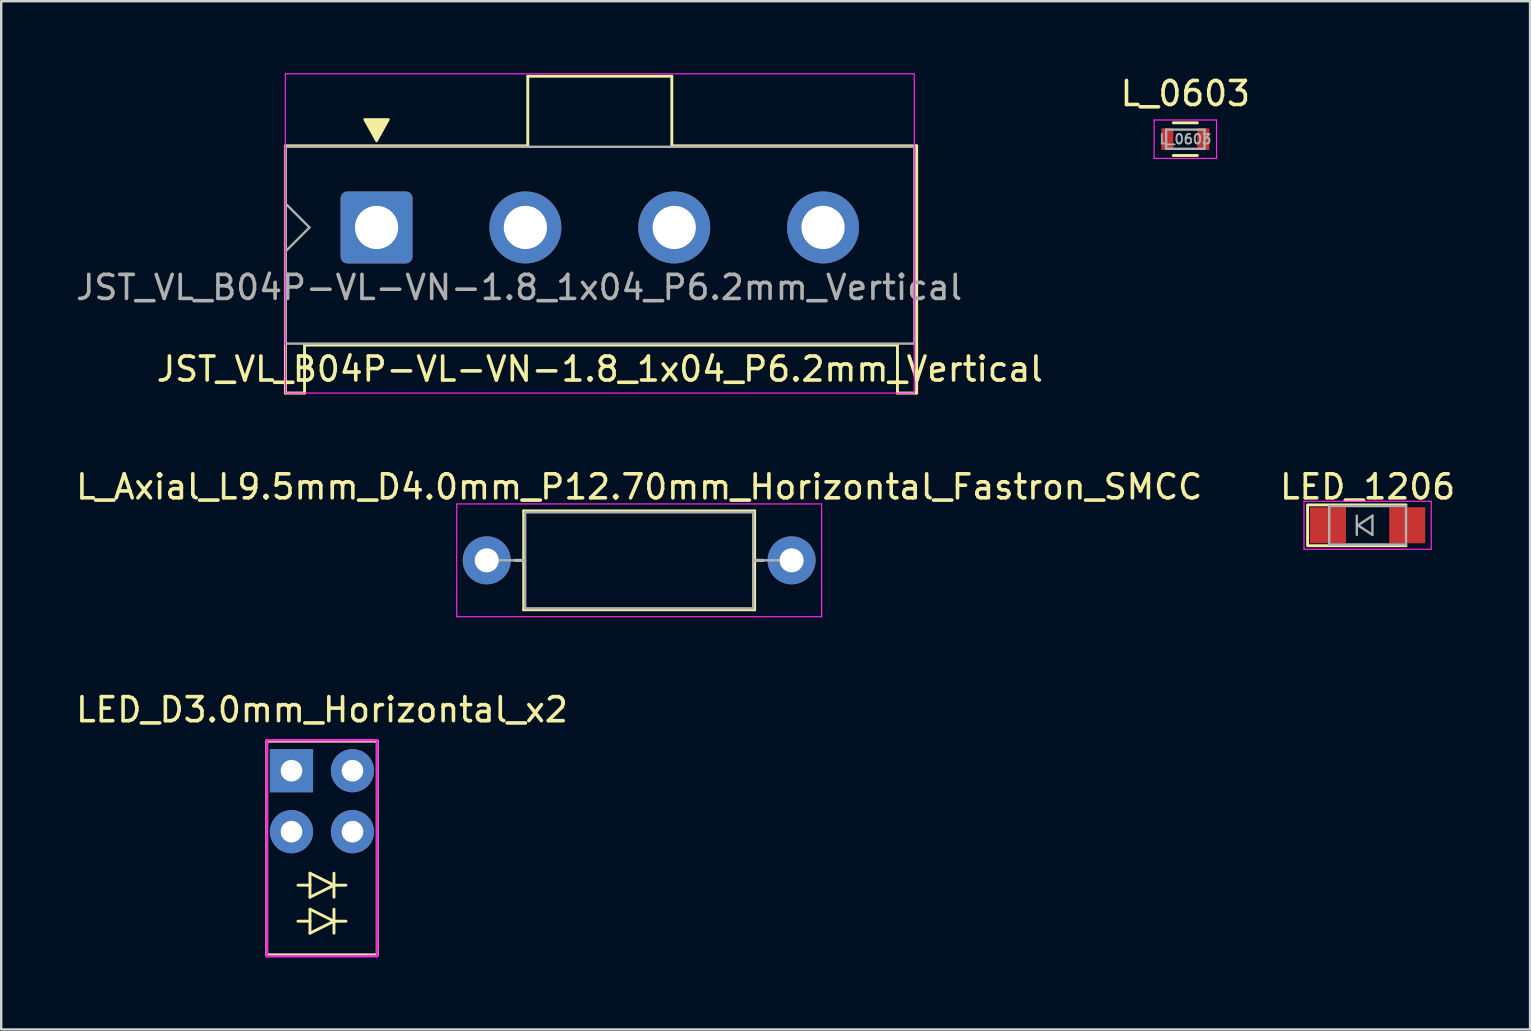
<source format=kicad_pcb>
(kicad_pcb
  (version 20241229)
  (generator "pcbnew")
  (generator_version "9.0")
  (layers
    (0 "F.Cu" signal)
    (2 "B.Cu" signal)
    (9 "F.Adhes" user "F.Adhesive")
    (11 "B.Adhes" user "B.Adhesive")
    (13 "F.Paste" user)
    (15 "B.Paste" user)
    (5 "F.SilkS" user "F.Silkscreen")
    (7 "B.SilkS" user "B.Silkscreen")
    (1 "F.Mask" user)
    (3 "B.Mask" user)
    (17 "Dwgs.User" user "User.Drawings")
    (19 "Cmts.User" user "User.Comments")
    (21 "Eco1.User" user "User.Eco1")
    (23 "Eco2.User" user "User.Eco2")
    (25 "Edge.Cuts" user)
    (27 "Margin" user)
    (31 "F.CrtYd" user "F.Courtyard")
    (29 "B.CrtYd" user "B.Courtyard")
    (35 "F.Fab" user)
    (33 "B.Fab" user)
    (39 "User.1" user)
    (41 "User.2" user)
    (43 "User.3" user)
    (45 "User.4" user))
  (footprint "L_0603"
    (layer "F.Cu")
    (at 46.33 2.748)
    (property "Reference" "L_0603" (at 0 -1.9 0) (layer "F.SilkS") (effects (font (size 1 1) (thickness 0.15))))
    (attr smd)
    (fp_line (start -0.5 -0.68) (end 0.5 -0.68) (stroke (width 0.12) (type solid)) (layer "F.SilkS"))
    (fp_line (start 0.5 0.68) (end -0.5 0.68) (stroke (width 0.12) (type solid)) (layer "F.SilkS"))
    (fp_line (start -1.3 -0.8) (end -1.3 0.8) (stroke (width 0.05) (type solid)) (layer "F.CrtYd"))
    (fp_line (start -1.3 -0.8) (end 1.3 -0.8) (stroke (width 0.05) (type solid)) (layer "F.CrtYd"))
    (fp_line (start -1.3 0.8) (end 1.3 0.8) (stroke (width 0.05) (type solid)) (layer "F.CrtYd"))
    (fp_line (start 1.3 -0.8) (end 1.3 0.8) (stroke (width 0.05) (type solid)) (layer "F.CrtYd"))
    (fp_line (start -0.8 -0.4) (end 0.8 -0.4) (stroke (width 0.1) (type solid)) (layer "F.Fab"))
    (fp_line (start -0.8 0.4) (end -0.8 -0.4) (stroke (width 0.1) (type solid)) (layer "F.Fab"))
    (fp_line (start 0.8 -0.4) (end 0.8 0.4) (stroke (width 0.1) (type solid)) (layer "F.Fab"))
    (fp_line (start 0.8 0.4) (end -0.8 0.4) (stroke (width 0.1) (type solid)) (layer "F.Fab"))
    (fp_text user "${REFERENCE}" (at 0 0 0) (layer "F.Fab") (effects (font (size 0.4 0.4) (thickness 0.075))))
    (pad "1" smd rect (at -0.75 0) (size 0.5 0.9) (layers "F.Cu" "F.Mask" "F.Paste"))
    (pad "2" smd rect (at 0.75 0) (size 0.5 0.9) (layers "F.Cu" "F.Mask" "F.Paste")))
  (footprint "JST_VL_B04P-VL-VN-1.8_1x04_P6.2mm_Vertical"
    (layer "F.Cu")
    (at 12.637 6.425)
    (property "Reference" "JST_VL_B04P-VL-VN-1.8_1x04_P6.2mm_Vertical" (at 9.3 5.9 0) (layer "F.SilkS") (effects (font (size 1 1) (thickness 0.15))))
    (attr through_hole)
    (fp_line (start -3.8 6.9) (end -3.8 -3.4) (stroke (width 0.12) (type solid)) (layer "F.SilkS"))
    (fp_line (start -3.8 6.9) (end -3 6.9) (stroke (width 0.12) (type solid)) (layer "F.SilkS"))
    (fp_line (start -3 6.9) (end -3 4.9) (stroke (width 0.12) (type solid)) (layer "F.SilkS"))
    (fp_line (start 6.3 -6.3) (end 6.3 -3.4) (stroke (width 0.12) (type solid)) (layer "F.SilkS"))
    (fp_line (start 6.3 -6.3) (end 12.3 -6.3) (stroke (width 0.12) (type solid)) (layer "F.SilkS"))
    (fp_line (start 6.3 -3.4) (end -3.8 -3.4) (stroke (width 0.12) (type solid)) (layer "F.SilkS"))
    (fp_line (start 12.3 -6.3) (end 12.3 -3.4) (stroke (width 0.12) (type solid)) (layer "F.SilkS"))
    (fp_line (start 12.3 -3.4) (end 22.5 -3.4) (stroke (width 0.12) (type solid)) (layer "F.SilkS"))
    (fp_line (start 21.7 4.9) (end -3 4.9) (stroke (width 0.12) (type solid)) (layer "F.SilkS"))
    (fp_line (start 21.7 4.9) (end 21.7 6.9) (stroke (width 0.12) (type solid)) (layer "F.SilkS"))
    (fp_line (start 21.7 6.9) (end 22.5 6.9) (stroke (width 0.12) (type solid)) (layer "F.SilkS"))
    (fp_line (start 22.5 -3.4) (end 22.5 6.9) (stroke (width 0.12) (type solid)) (layer "F.SilkS"))
    (fp_poly (pts (xy 0 -3.6) (xy -0.5 -4.5) (xy 0.5 -4.5)) (stroke (width 0.1) (type solid)) (fill yes) (layer "F.SilkS"))
    (fp_line (start -3.8 -6.4) (end -3.8 6.9) (stroke (width 0.05) (type solid)) (layer "F.CrtYd"))
    (fp_line (start -3.8 6.9) (end 22.4 6.9) (stroke (width 0.05) (type solid)) (layer "F.CrtYd"))
    (fp_line (start 22.4 -6.4) (end -3.8 -6.4) (stroke (width 0.05) (type solid)) (layer "F.CrtYd"))
    (fp_line (start 22.4 6.9) (end 22.4 -6.4) (stroke (width 0.05) (type solid)) (layer "F.CrtYd"))
    (fp_line (start -3.8 -3.36) (end 22.4 -3.36) (stroke (width 0.1) (type solid)) (layer "F.Fab"))
    (fp_line (start -3.8 4.84) (end -3.8 -3.36) (stroke (width 0.1) (type solid)) (layer "F.Fab"))
    (fp_line (start -3.795 -1) (end -2.795 0) (stroke (width 0.1) (type solid)) (layer "F.Fab"))
    (fp_line (start -3.795 1) (end -2.795 0) (stroke (width 0.1) (type solid)) (layer "F.Fab"))
    (fp_line (start 22.4 -3.36) (end 22.4 4.84) (stroke (width 0.1) (type solid)) (layer "F.Fab"))
    (fp_line (start 22.4 4.84) (end -3.8 4.84) (stroke (width 0.1) (type solid)) (layer "F.Fab"))
    (fp_text user "${REFERENCE}" (at 5.94 2.5 0) (layer "F.Fab") (effects (font (size 1 1) (thickness 0.15))))
    (pad "1" thru_hole roundrect (at 0 0) (size 3 3) (drill 1.8) (layers "*.Cu" "*.Mask") (roundrect_rratio 0.093))
    (pad "2" thru_hole circle (at 6.2 0) (size 3 3) (drill 1.8) (layers "*.Cu" "*.Mask"))
    (pad "3" thru_hole circle (at 12.4 0) (size 3 3) (drill 1.8) (layers "*.Cu" "*.Mask"))
    (pad "4" thru_hole circle (at 18.6 0) (size 3 3) (drill 1.8) (layers "*.Cu" "*.Mask")))
  (footprint "L_Axial_L9.5mm_D4.0mm_P12.70mm_Horizontal_Fastron_SMCC"
    (layer "F.Cu")
    (at 17.227 20.293)
    (property "Reference" "L_Axial_L9.5mm_D4.0mm_P12.70mm_Horizontal_Fastron_SMCC" (at 6.35 -3.06 0) (layer "F.SilkS") (effects (font (size 1 1) (thickness 0.15))))
    (attr through_hole)
    (fp_line (start 1.18 0) (end 1.54 0) (stroke (width 0.12) (type solid)) (layer "F.SilkS"))
    (fp_line (start 1.54 -2.06) (end 1.54 2.06) (stroke (width 0.12) (type solid)) (layer "F.SilkS"))
    (fp_line (start 1.54 2.06) (end 11.16 2.06) (stroke (width 0.12) (type solid)) (layer "F.SilkS"))
    (fp_line (start 11.16 -2.06) (end 1.54 -2.06) (stroke (width 0.12) (type solid)) (layer "F.SilkS"))
    (fp_line (start 11.16 2.06) (end 11.16 -2.06) (stroke (width 0.12) (type solid)) (layer "F.SilkS"))
    (fp_line (start 11.52 0) (end 11.16 0) (stroke (width 0.12) (type solid)) (layer "F.SilkS"))
    (fp_line (start -1.25 -2.35) (end -1.25 2.35) (stroke (width 0.05) (type solid)) (layer "F.CrtYd"))
    (fp_line (start -1.25 2.35) (end 13.95 2.35) (stroke (width 0.05) (type solid)) (layer "F.CrtYd"))
    (fp_line (start 13.95 -2.35) (end -1.25 -2.35) (stroke (width 0.05) (type solid)) (layer "F.CrtYd"))
    (fp_line (start 13.95 2.35) (end 13.95 -2.35) (stroke (width 0.05) (type solid)) (layer "F.CrtYd"))
    (fp_line (start 0 0) (end 1.6 0) (stroke (width 0.1) (type solid)) (layer "F.Fab"))
    (fp_line (start 1.6 -2) (end 1.6 2) (stroke (width 0.1) (type solid)) (layer "F.Fab"))
    (fp_line (start 1.6 2) (end 11.1 2) (stroke (width 0.1) (type solid)) (layer "F.Fab"))
    (fp_line (start 11.1 -2) (end 1.6 -2) (stroke (width 0.1) (type solid)) (layer "F.Fab"))
    (fp_line (start 11.1 2) (end 11.1 -2) (stroke (width 0.1) (type solid)) (layer "F.Fab"))
    (fp_line (start 12.7 0) (end 11.1 0) (stroke (width 0.1) (type solid)) (layer "F.Fab"))
    (pad "1" thru_hole circle (at 0 0) (size 2 2) (drill 1) (layers "*.Cu" "*.Mask"))
    (pad "2" thru_hole oval (at 12.7 0) (size 2 2) (drill 1) (layers "*.Cu" "*.Mask")))
  (footprint "LED_1206"
    (layer "F.Cu")
    (at 53.923 18.833)
    (property "Reference" "LED_1206" (at 0 -1.6 0) (layer "F.SilkS") (effects (font (size 1 1) (thickness 0.15))))
    (attr smd)
    (fp_line (start -2.5 -0.85) (end -2.5 0.85) (stroke (width 0.12) (type solid)) (layer "F.SilkS"))
    (fp_line (start -2.45 -0.85) (end 1.6 -0.85) (stroke (width 0.12) (type solid)) (layer "F.SilkS"))
    (fp_line (start -2.45 0.85) (end 1.6 0.85) (stroke (width 0.12) (type solid)) (layer "F.SilkS"))
    (fp_line (start -2.65 -1) (end 2.65 -1) (stroke (width 0.05) (type solid)) (layer "F.CrtYd"))
    (fp_line (start -2.65 1) (end -2.65 -1) (stroke (width 0.05) (type solid)) (layer "F.CrtYd"))
    (fp_line (start 2.65 -1) (end 2.65 1) (stroke (width 0.05) (type solid)) (layer "F.CrtYd"))
    (fp_line (start 2.65 1) (end -2.65 1) (stroke (width 0.05) (type solid)) (layer "F.CrtYd"))
    (fp_line (start -1.6 -0.8) (end 1.6 -0.8) (stroke (width 0.1) (type solid)) (layer "F.Fab"))
    (fp_line (start -1.6 0.8) (end -1.6 -0.8) (stroke (width 0.1) (type solid)) (layer "F.Fab"))
    (fp_line (start -0.45 -0.4) (end -0.45 0.4) (stroke (width 0.1) (type solid)) (layer "F.Fab"))
    (fp_line (start -0.4 0) (end 0.2 -0.4) (stroke (width 0.1) (type solid)) (layer "F.Fab"))
    (fp_line (start 0.2 -0.4) (end 0.2 0.4) (stroke (width 0.1) (type solid)) (layer "F.Fab"))
    (fp_line (start 0.2 0.4) (end -0.4 0) (stroke (width 0.1) (type solid)) (layer "F.Fab"))
    (fp_line (start 1.6 -0.8) (end 1.6 0.8) (stroke (width 0.1) (type solid)) (layer "F.Fab"))
    (fp_line (start 1.6 0.8) (end -1.6 0.8) (stroke (width 0.1) (type solid)) (layer "F.Fab"))
    (pad "1" smd rect (at -1.65 0 180) (size 1.5 1.5) (layers "F.Cu" "F.Mask" "F.Paste"))
    (pad "2" smd rect (at 1.65 0 180) (size 1.5 1.5) (layers "F.Cu" "F.Mask" "F.Paste")))
  (footprint "LED_D3.0mm_Horizontal_x2"
    (layer "F.Cu")
    (at 10.363 30.326)
    (property "Reference" "LED_D3.0mm_Horizontal_x2" (at 0 -3.81 0) (layer "F.SilkS") (effects (font (size 1 1) (thickness 0.15))))
    (attr through_hole)
    (fp_line (start -2.3 -2.5) (end -2.3 6.4) (stroke (width 0.12) (type solid)) (layer "F.SilkS"))
    (fp_line (start -2.3 6.4) (end 2.3 6.4) (stroke (width 0.12) (type solid)) (layer "F.SilkS"))
    (fp_line (start -0.5 3) (end -0.5 4) (stroke (width 0.12) (type solid)) (layer "F.SilkS"))
    (fp_line (start -0.5 3.5) (end -1 3.5) (stroke (width 0.12) (type solid)) (layer "F.SilkS"))
    (fp_line (start -0.5 4) (end 0.5 3.5) (stroke (width 0.12) (type solid)) (layer "F.SilkS"))
    (fp_line (start -0.5 4.5) (end -0.5 5.5) (stroke (width 0.12) (type solid)) (layer "F.SilkS"))
    (fp_line (start -0.5 5) (end -1 5) (stroke (width 0.12) (type solid)) (layer "F.SilkS"))
    (fp_line (start -0.5 5.5) (end 0.5 5) (stroke (width 0.12) (type solid)) (layer "F.SilkS"))
    (fp_line (start 0.5 3) (end 0.5 4) (stroke (width 0.12) (type solid)) (layer "F.SilkS"))
    (fp_line (start 0.5 3.5) (end -0.5 3) (stroke (width 0.12) (type solid)) (layer "F.SilkS"))
    (fp_line (start 0.5 4.5) (end 0.5 5.5) (stroke (width 0.12) (type solid)) (layer "F.SilkS"))
    (fp_line (start 0.5 5) (end -0.5 4.5) (stroke (width 0.12) (type solid)) (layer "F.SilkS"))
    (fp_line (start 1 3.5) (end 0.5 3.5) (stroke (width 0.12) (type solid)) (layer "F.SilkS"))
    (fp_line (start 1 5) (end 0.5 5) (stroke (width 0.12) (type solid)) (layer "F.SilkS"))
    (fp_line (start 2.3 -2.5) (end -2.3 -2.5) (stroke (width 0.12) (type solid)) (layer "F.SilkS"))
    (fp_line (start 2.3 6.4) (end 2.3 -2.5) (stroke (width 0.12) (type solid)) (layer "F.SilkS"))
    (fp_line (start -2.3 -2.54) (end -2.3 6.46) (stroke (width 0.1) (type solid)) (layer "F.CrtYd"))
    (fp_line (start -2.3 -2.54) (end 2.3 -2.54) (stroke (width 0.1) (type solid)) (layer "F.CrtYd"))
    (fp_line (start -2.3 6.46) (end 2.3 6.46) (stroke (width 0.1) (type solid)) (layer "F.CrtYd"))
    (fp_line (start 2.3 -2.54) (end 2.3 6.46) (stroke (width 0.1) (type solid)) (layer "F.CrtYd"))
    (pad "1" thru_hole rect (at -1.27 -1.27) (size 1.8 1.8) (drill 0.9) (layers "*.Cu" "*.Mask"))
    (pad "2" thru_hole circle (at 1.27 -1.27) (size 1.8 1.8) (drill 0.9) (layers "*.Cu" "*.Mask"))
    (pad "3" thru_hole circle (at -1.27 1.27) (size 1.8 1.8) (drill 0.9) (layers "*.Cu" "*.Mask"))
    (pad "4" thru_hole circle (at 1.27 1.27) (size 1.8 1.8) (drill 0.9) (layers "*.Cu" "*.Mask")))
  (gr_rect
    (start -3 -3)
    (end 60.69 39.837)
    (stroke (width 0.1) (type default))
    (fill no)
    (layer "Edge.Cuts")))
</source>
